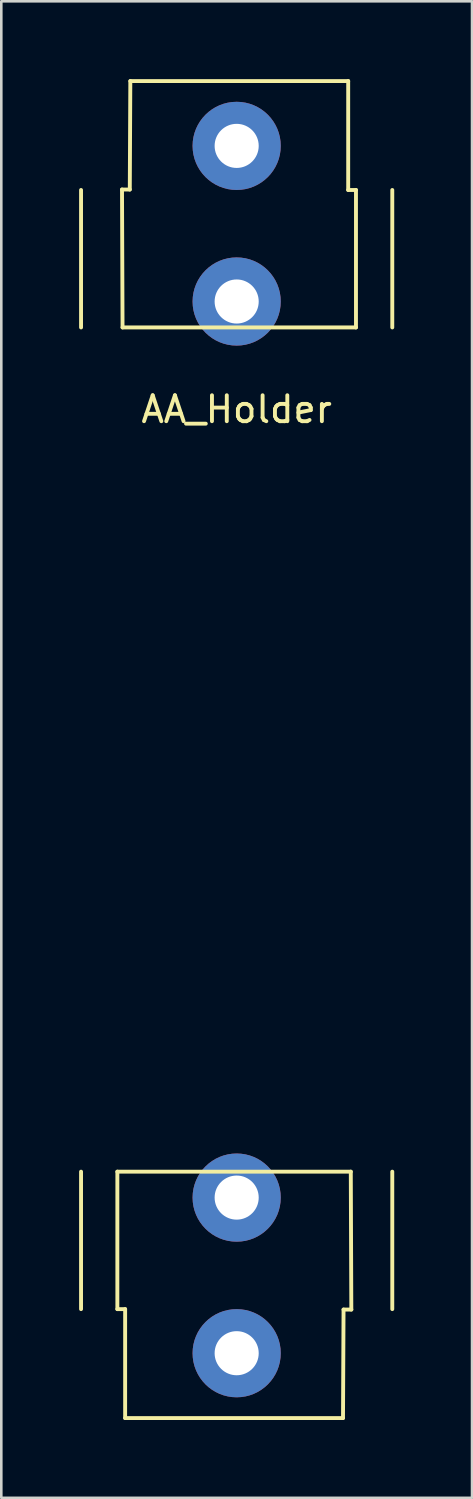
<source format=kicad_pcb>
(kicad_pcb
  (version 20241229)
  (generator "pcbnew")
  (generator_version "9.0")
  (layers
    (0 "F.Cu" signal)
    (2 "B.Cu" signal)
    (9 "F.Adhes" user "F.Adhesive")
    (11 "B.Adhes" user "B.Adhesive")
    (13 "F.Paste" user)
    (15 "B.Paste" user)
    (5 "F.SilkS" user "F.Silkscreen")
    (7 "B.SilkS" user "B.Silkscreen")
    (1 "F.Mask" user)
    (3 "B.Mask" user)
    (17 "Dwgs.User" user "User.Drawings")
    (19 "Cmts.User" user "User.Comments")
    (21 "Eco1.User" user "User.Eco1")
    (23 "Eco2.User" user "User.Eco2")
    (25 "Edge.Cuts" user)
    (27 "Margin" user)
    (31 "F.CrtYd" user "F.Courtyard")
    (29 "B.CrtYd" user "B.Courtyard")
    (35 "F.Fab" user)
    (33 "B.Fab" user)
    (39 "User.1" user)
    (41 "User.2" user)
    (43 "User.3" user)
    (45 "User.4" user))
  (footprint "AA_Holder"
    (layer "F.Cu")
    (at 6.075 2.575)
    (property "Reference" "AA_Holder" (at 0 10.16 0) (layer "F.SilkS") (effects (font (size 1 1) (thickness 0.15))))
    (attr through_hole)
    (fp_line (start -6 7) (end -6 1.7) (stroke (width 0.15) (type solid)) (layer "F.SilkS"))
    (fp_line (start -6 44.85) (end -6 39.55) (stroke (width 0.15) (type solid)) (layer "F.SilkS"))
    (fp_line (start -4.6 39.55) (end -4.6 44.85) (stroke (width 0.15) (type solid)) (layer "F.SilkS"))
    (fp_line (start -4.6 44.85) (end -4.3 44.85) (stroke (width 0.15) (type solid)) (layer "F.SilkS"))
    (fp_line (start -4.421 1.683) (end -4.121 1.683) (stroke (width 0.15) (type solid)) (layer "F.SilkS"))
    (fp_line (start -4.4 7) (end -4.421 1.683) (stroke (width 0.15) (type solid)) (layer "F.SilkS"))
    (fp_line (start -4.4 7) (end 4.6 7) (stroke (width 0.15) (type solid)) (layer "F.SilkS"))
    (fp_line (start -4.3 44.85) (end -4.3 49.05) (stroke (width 0.15) (type solid)) (layer "F.SilkS"))
    (fp_line (start -4.3 49.05) (end 4.1 49.05) (stroke (width 0.15) (type solid)) (layer "F.SilkS"))
    (fp_line (start -4.121 1.683) (end -4.1 -2.5) (stroke (width 0.15) (type solid)) (layer "F.SilkS"))
    (fp_line (start 4.121 44.867) (end 4.1 49.05) (stroke (width 0.15) (type solid)) (layer "F.SilkS"))
    (fp_line (start 4.3 -2.5) (end -4.1 -2.5) (stroke (width 0.15) (type solid)) (layer "F.SilkS"))
    (fp_line (start 4.3 1.7) (end 4.3 -2.5) (stroke (width 0.15) (type solid)) (layer "F.SilkS"))
    (fp_line (start 4.4 39.55) (end -4.6 39.55) (stroke (width 0.15) (type solid)) (layer "F.SilkS"))
    (fp_line (start 4.4 39.55) (end 4.421 44.867) (stroke (width 0.15) (type solid)) (layer "F.SilkS"))
    (fp_line (start 4.421 44.867) (end 4.121 44.867) (stroke (width 0.15) (type solid)) (layer "F.SilkS"))
    (fp_line (start 4.6 1.7) (end 4.3 1.7) (stroke (width 0.15) (type solid)) (layer "F.SilkS"))
    (fp_line (start 4.6 7) (end 4.6 1.7) (stroke (width 0.15) (type solid)) (layer "F.SilkS"))
    (fp_line (start 6 7) (end 6 1.7) (stroke (width 0.15) (type solid)) (layer "F.SilkS"))
    (fp_line (start 6 44.85) (end 6 39.55) (stroke (width 0.15) (type solid)) (layer "F.SilkS"))
    (pad "1" thru_hole circle (at 0 0) (size 3.4 3.4) (drill 1.7) (layers "*.Cu" "*.Mask"))
    (pad "1" thru_hole circle (at 0 6) (size 3.4 3.4) (drill 1.7) (layers "*.Cu" "*.Mask"))
    (pad "2" thru_hole circle (at 0 40.55 180) (size 3.4 3.4) (drill 1.7) (layers "*.Cu" "*.Mask"))
    (pad "2" thru_hole circle (at 0 46.55 180) (size 3.4 3.4) (drill 1.7) (layers "*.Cu" "*.Mask")))
  (gr_rect
    (start -3 -3)
    (end 15.15 54.7)
    (stroke (width 0.1) (type default))
    (fill no)
    (layer "Edge.Cuts")))
</source>
